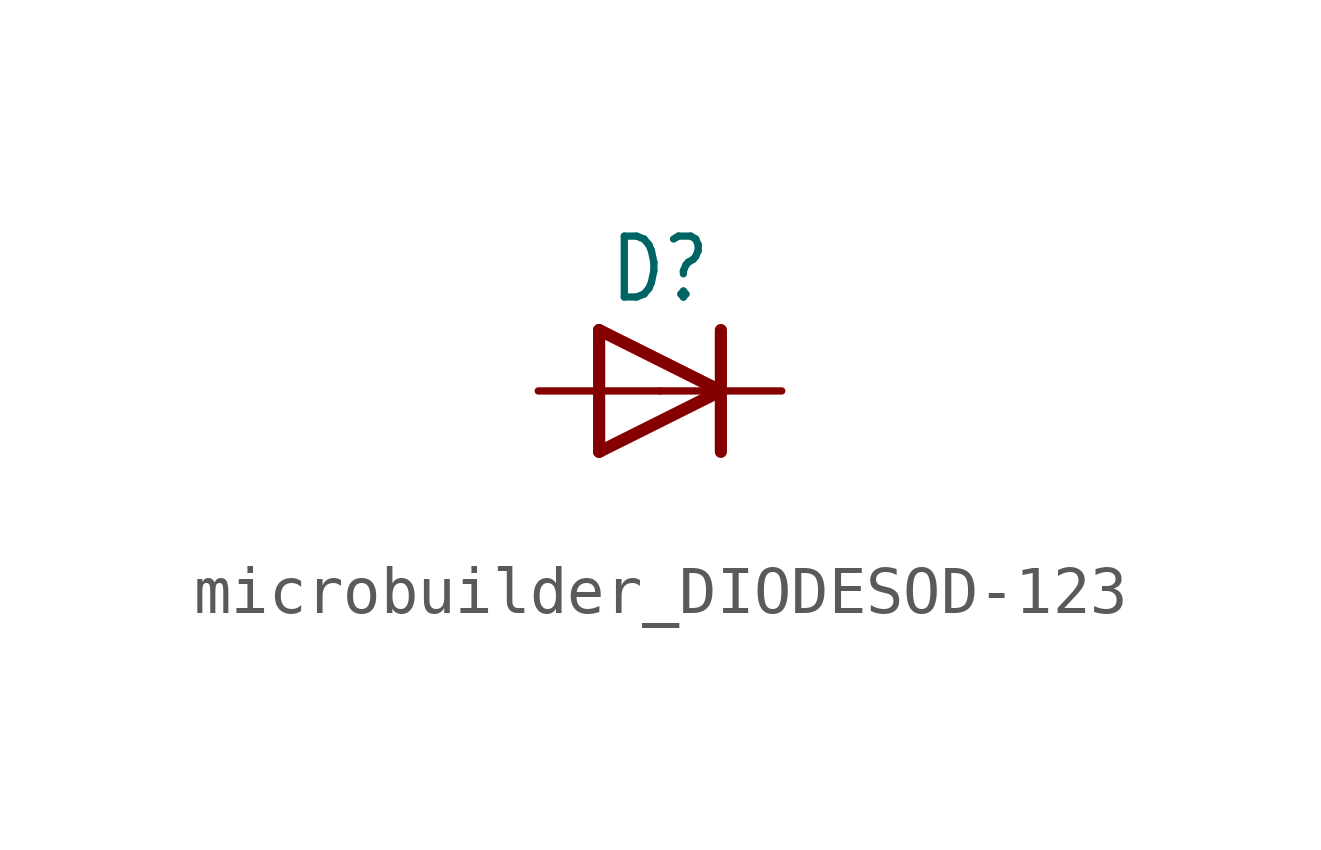
<source format=kicad_sym>
(kicad_symbol_lib
  (version 20231120)
  (generator "kicad_symbol_editor")
  (generator_version "8.0")
  (symbol "microbuilder_DIODESOD-123"
    (property "Reference" "D"
      (at 0 2.54 0)
      (effects (font (size 1.27 1.079))))
    (property "Value" ""
      (at 0 -2.5 0)
      (effects (font (size 1.27 1.079))))
    (property "ki_locked" ""
      (at 0 0 0)
      (effects (font (size 1.27 1.27))))
    (symbol "microbuilder_DIODESOD-123_1_0"
      (polyline (pts (xy -1.27 -1.27) (xy 1.27 0)) (stroke (width 0.254) (type solid)) (fill (type none)))
      (polyline (pts (xy -1.27 1.27) (xy -1.27 -1.27)) (stroke (width 0.254) (type solid)) (fill (type none)))
      (polyline (pts (xy 1.27 0) (xy -1.27 1.27)) (stroke (width 0.254) (type solid)) (fill (type none)))
      (polyline (pts (xy 1.27 0) (xy 1.27 -1.27)) (stroke (width 0.254) (type solid)) (fill (type none)))
      (polyline (pts (xy 1.27 1.27) (xy 1.27 0)) (stroke (width 0.254) (type solid)) (fill (type none)))
      (pin passive line (at -2.54 0 0) (length 2.54) (name "A" (effects (font (size 0 0)))) (number "A" (effects (font (size 0 0)))))
      (pin passive line (at 2.54 0 180) (length 2.54) (name "C" (effects (font (size 0 0)))) (number "C" (effects (font (size 0 0))))))))
</source>
